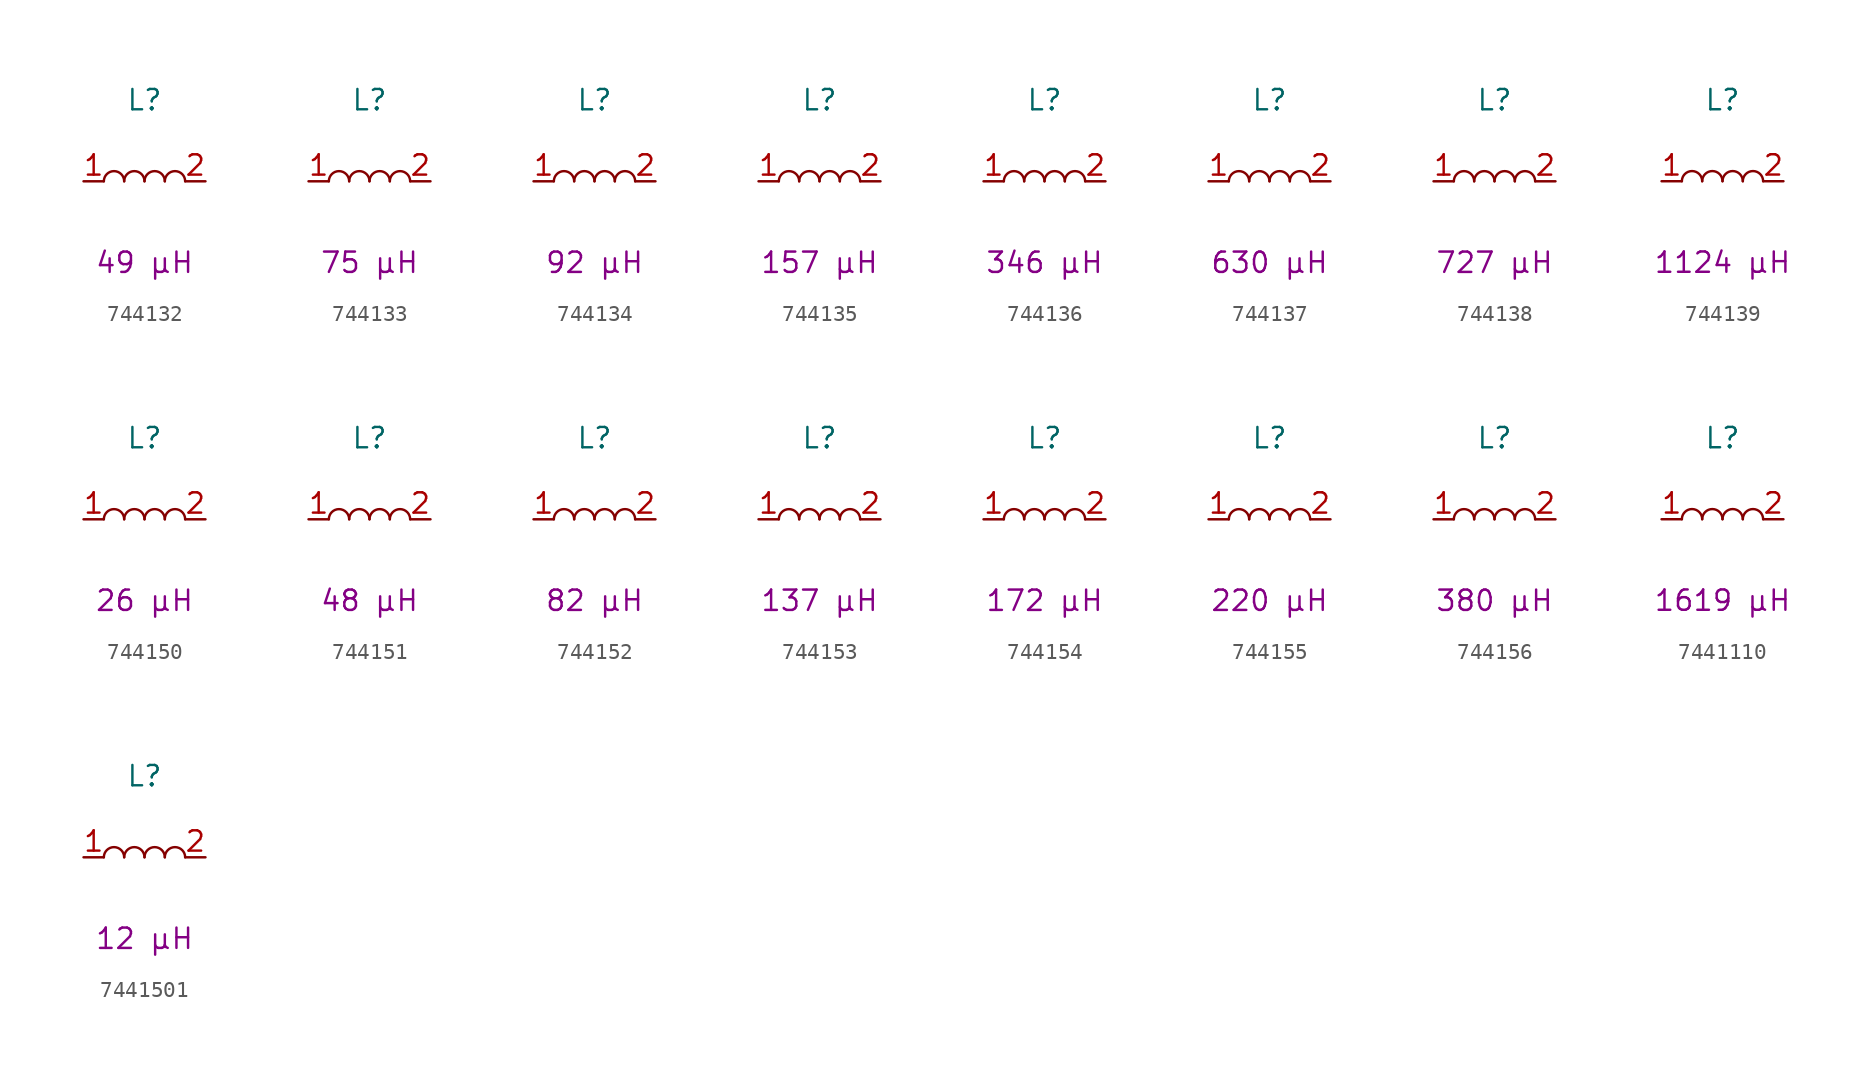
<source format=kicad_sym>
(kicad_symbol_lib
  (version 20220914)
  (generator kicad_symbol_editor)
  (symbol "744132"
    (pin_names hide)
    (property "Reference" "L"
      (at 0 5.08 0)
      (effects (font (size 1.27 1.27))))
    (property "Critical Parameter" "49 µH"
      (at 0 -5.08 0)
      (effects (font (size 1.27 1.27))))
    (symbol "744132_0_1"
      (arc (start -1.27 0) (mid -1.905 0.6323) (end -2.54 0) (stroke (width 0) (type default)) (fill (type none)))
      (arc (start 0 0) (mid -0.635 0.6323) (end -1.27 0) (stroke (width 0) (type default)) (fill (type none)))
      (arc (start 1.27 0) (mid 0.635 0.6323) (end 0 0) (stroke (width 0) (type default)) (fill (type none)))
      (arc (start 2.54 0) (mid 1.905 0.6323) (end 1.27 0) (stroke (width 0) (type default)) (fill (type none))))
    (symbol "744132_1_1"
      (pin passive line (at -3.81 0 0) (length 1.27) (name "1" (effects (font (size 1.27 1.27)))) (number "1" (effects (font (size 1.27 1.27)))))
      (pin passive line (at 3.81 0 180) (length 1.27) (name "2" (effects (font (size 1.27 1.27)))) (number "2" (effects (font (size 1.27 1.27)))))))
  (symbol "744133"
    (pin_names hide)
    (property "Reference" "L"
      (at 0 5.08 0)
      (effects (font (size 1.27 1.27))))
    (property "Critical Parameter" "75 µH"
      (at 0 -5.08 0)
      (effects (font (size 1.27 1.27))))
    (symbol "744133_0_1"
      (arc (start -1.27 0) (mid -1.905 0.6323) (end -2.54 0) (stroke (width 0) (type default)) (fill (type none)))
      (arc (start 0 0) (mid -0.635 0.6323) (end -1.27 0) (stroke (width 0) (type default)) (fill (type none)))
      (arc (start 1.27 0) (mid 0.635 0.6323) (end 0 0) (stroke (width 0) (type default)) (fill (type none)))
      (arc (start 2.54 0) (mid 1.905 0.6323) (end 1.27 0) (stroke (width 0) (type default)) (fill (type none))))
    (symbol "744133_1_1"
      (pin passive line (at -3.81 0 0) (length 1.27) (name "1" (effects (font (size 1.27 1.27)))) (number "1" (effects (font (size 1.27 1.27)))))
      (pin passive line (at 3.81 0 180) (length 1.27) (name "2" (effects (font (size 1.27 1.27)))) (number "2" (effects (font (size 1.27 1.27)))))))
  (symbol "744134"
    (pin_names hide)
    (property "Reference" "L"
      (at 0 5.08 0)
      (effects (font (size 1.27 1.27))))
    (property "Critical Parameter" "92 µH"
      (at 0 -5.08 0)
      (effects (font (size 1.27 1.27))))
    (symbol "744134_0_1"
      (arc (start -1.27 0) (mid -1.905 0.6323) (end -2.54 0) (stroke (width 0) (type default)) (fill (type none)))
      (arc (start 0 0) (mid -0.635 0.6323) (end -1.27 0) (stroke (width 0) (type default)) (fill (type none)))
      (arc (start 1.27 0) (mid 0.635 0.6323) (end 0 0) (stroke (width 0) (type default)) (fill (type none)))
      (arc (start 2.54 0) (mid 1.905 0.6323) (end 1.27 0) (stroke (width 0) (type default)) (fill (type none))))
    (symbol "744134_1_1"
      (pin passive line (at -3.81 0 0) (length 1.27) (name "1" (effects (font (size 1.27 1.27)))) (number "1" (effects (font (size 1.27 1.27)))))
      (pin passive line (at 3.81 0 180) (length 1.27) (name "2" (effects (font (size 1.27 1.27)))) (number "2" (effects (font (size 1.27 1.27)))))))
  (symbol "744135"
    (pin_names hide)
    (property "Reference" "L"
      (at 0 5.08 0)
      (effects (font (size 1.27 1.27))))
    (property "Critical Parameter" "157 µH"
      (at 0 -5.08 0)
      (effects (font (size 1.27 1.27))))
    (symbol "744135_0_1"
      (arc (start -1.27 0) (mid -1.905 0.6323) (end -2.54 0) (stroke (width 0) (type default)) (fill (type none)))
      (arc (start 0 0) (mid -0.635 0.6323) (end -1.27 0) (stroke (width 0) (type default)) (fill (type none)))
      (arc (start 1.27 0) (mid 0.635 0.6323) (end 0 0) (stroke (width 0) (type default)) (fill (type none)))
      (arc (start 2.54 0) (mid 1.905 0.6323) (end 1.27 0) (stroke (width 0) (type default)) (fill (type none))))
    (symbol "744135_1_1"
      (pin passive line (at -3.81 0 0) (length 1.27) (name "1" (effects (font (size 1.27 1.27)))) (number "1" (effects (font (size 1.27 1.27)))))
      (pin passive line (at 3.81 0 180) (length 1.27) (name "2" (effects (font (size 1.27 1.27)))) (number "2" (effects (font (size 1.27 1.27)))))))
  (symbol "744136"
    (pin_names hide)
    (property "Reference" "L"
      (at 0 5.08 0)
      (effects (font (size 1.27 1.27))))
    (property "Critical Parameter" "346 µH"
      (at 0 -5.08 0)
      (effects (font (size 1.27 1.27))))
    (symbol "744136_0_1"
      (arc (start -1.27 0) (mid -1.905 0.6323) (end -2.54 0) (stroke (width 0) (type default)) (fill (type none)))
      (arc (start 0 0) (mid -0.635 0.6323) (end -1.27 0) (stroke (width 0) (type default)) (fill (type none)))
      (arc (start 1.27 0) (mid 0.635 0.6323) (end 0 0) (stroke (width 0) (type default)) (fill (type none)))
      (arc (start 2.54 0) (mid 1.905 0.6323) (end 1.27 0) (stroke (width 0) (type default)) (fill (type none))))
    (symbol "744136_1_1"
      (pin passive line (at -3.81 0 0) (length 1.27) (name "1" (effects (font (size 1.27 1.27)))) (number "1" (effects (font (size 1.27 1.27)))))
      (pin passive line (at 3.81 0 180) (length 1.27) (name "2" (effects (font (size 1.27 1.27)))) (number "2" (effects (font (size 1.27 1.27)))))))
  (symbol "744137"
    (pin_names hide)
    (property "Reference" "L"
      (at 0 5.08 0)
      (effects (font (size 1.27 1.27))))
    (property "Critical Parameter" "630 µH"
      (at 0 -5.08 0)
      (effects (font (size 1.27 1.27))))
    (symbol "744137_0_1"
      (arc (start -1.27 0) (mid -1.905 0.6323) (end -2.54 0) (stroke (width 0) (type default)) (fill (type none)))
      (arc (start 0 0) (mid -0.635 0.6323) (end -1.27 0) (stroke (width 0) (type default)) (fill (type none)))
      (arc (start 1.27 0) (mid 0.635 0.6323) (end 0 0) (stroke (width 0) (type default)) (fill (type none)))
      (arc (start 2.54 0) (mid 1.905 0.6323) (end 1.27 0) (stroke (width 0) (type default)) (fill (type none))))
    (symbol "744137_1_1"
      (pin passive line (at -3.81 0 0) (length 1.27) (name "1" (effects (font (size 1.27 1.27)))) (number "1" (effects (font (size 1.27 1.27)))))
      (pin passive line (at 3.81 0 180) (length 1.27) (name "2" (effects (font (size 1.27 1.27)))) (number "2" (effects (font (size 1.27 1.27)))))))
  (symbol "744138"
    (pin_names hide)
    (property "Reference" "L"
      (at 0 5.08 0)
      (effects (font (size 1.27 1.27))))
    (property "Critical Parameter" "727 µH"
      (at 0 -5.08 0)
      (effects (font (size 1.27 1.27))))
    (symbol "744138_0_1"
      (arc (start -1.27 0) (mid -1.905 0.6323) (end -2.54 0) (stroke (width 0) (type default)) (fill (type none)))
      (arc (start 0 0) (mid -0.635 0.6323) (end -1.27 0) (stroke (width 0) (type default)) (fill (type none)))
      (arc (start 1.27 0) (mid 0.635 0.6323) (end 0 0) (stroke (width 0) (type default)) (fill (type none)))
      (arc (start 2.54 0) (mid 1.905 0.6323) (end 1.27 0) (stroke (width 0) (type default)) (fill (type none))))
    (symbol "744138_1_1"
      (pin passive line (at -3.81 0 0) (length 1.27) (name "1" (effects (font (size 1.27 1.27)))) (number "1" (effects (font (size 1.27 1.27)))))
      (pin passive line (at 3.81 0 180) (length 1.27) (name "2" (effects (font (size 1.27 1.27)))) (number "2" (effects (font (size 1.27 1.27)))))))
  (symbol "744139"
    (pin_names hide)
    (property "Reference" "L"
      (at 0 5.08 0)
      (effects (font (size 1.27 1.27))))
    (property "Critical Parameter" "1124 µH"
      (at 0 -5.08 0)
      (effects (font (size 1.27 1.27))))
    (symbol "744139_0_1"
      (arc (start -1.27 0) (mid -1.905 0.6323) (end -2.54 0) (stroke (width 0) (type default)) (fill (type none)))
      (arc (start 0 0) (mid -0.635 0.6323) (end -1.27 0) (stroke (width 0) (type default)) (fill (type none)))
      (arc (start 1.27 0) (mid 0.635 0.6323) (end 0 0) (stroke (width 0) (type default)) (fill (type none)))
      (arc (start 2.54 0) (mid 1.905 0.6323) (end 1.27 0) (stroke (width 0) (type default)) (fill (type none))))
    (symbol "744139_1_1"
      (pin passive line (at -3.81 0 0) (length 1.27) (name "1" (effects (font (size 1.27 1.27)))) (number "1" (effects (font (size 1.27 1.27)))))
      (pin passive line (at 3.81 0 180) (length 1.27) (name "2" (effects (font (size 1.27 1.27)))) (number "2" (effects (font (size 1.27 1.27)))))))
  (symbol "744150"
    (pin_names hide)
    (property "Reference" "L"
      (at 0 5.08 0)
      (effects (font (size 1.27 1.27))))
    (property "Critical Parameter" "26 µH"
      (at 0 -5.08 0)
      (effects (font (size 1.27 1.27))))
    (symbol "744150_0_1"
      (arc (start -1.27 0) (mid -1.905 0.6323) (end -2.54 0) (stroke (width 0) (type default)) (fill (type none)))
      (arc (start 0 0) (mid -0.635 0.6323) (end -1.27 0) (stroke (width 0) (type default)) (fill (type none)))
      (arc (start 1.27 0) (mid 0.635 0.6323) (end 0 0) (stroke (width 0) (type default)) (fill (type none)))
      (arc (start 2.54 0) (mid 1.905 0.6323) (end 1.27 0) (stroke (width 0) (type default)) (fill (type none))))
    (symbol "744150_1_1"
      (pin passive line (at -3.81 0 0) (length 1.27) (name "1" (effects (font (size 1.27 1.27)))) (number "1" (effects (font (size 1.27 1.27)))))
      (pin passive line (at 3.81 0 180) (length 1.27) (name "2" (effects (font (size 1.27 1.27)))) (number "2" (effects (font (size 1.27 1.27)))))))
  (symbol "744151"
    (pin_names hide)
    (property "Reference" "L"
      (at 0 5.08 0)
      (effects (font (size 1.27 1.27))))
    (property "Critical Parameter" "48 µH"
      (at 0 -5.08 0)
      (effects (font (size 1.27 1.27))))
    (symbol "744151_0_1"
      (arc (start -1.27 0) (mid -1.905 0.6323) (end -2.54 0) (stroke (width 0) (type default)) (fill (type none)))
      (arc (start 0 0) (mid -0.635 0.6323) (end -1.27 0) (stroke (width 0) (type default)) (fill (type none)))
      (arc (start 1.27 0) (mid 0.635 0.6323) (end 0 0) (stroke (width 0) (type default)) (fill (type none)))
      (arc (start 2.54 0) (mid 1.905 0.6323) (end 1.27 0) (stroke (width 0) (type default)) (fill (type none))))
    (symbol "744151_1_1"
      (pin passive line (at -3.81 0 0) (length 1.27) (name "1" (effects (font (size 1.27 1.27)))) (number "1" (effects (font (size 1.27 1.27)))))
      (pin passive line (at 3.81 0 180) (length 1.27) (name "2" (effects (font (size 1.27 1.27)))) (number "2" (effects (font (size 1.27 1.27)))))))
  (symbol "744152"
    (pin_names hide)
    (property "Reference" "L"
      (at 0 5.08 0)
      (effects (font (size 1.27 1.27))))
    (property "Critical Parameter" "82 µH"
      (at 0 -5.08 0)
      (effects (font (size 1.27 1.27))))
    (symbol "744152_0_1"
      (arc (start -1.27 0) (mid -1.905 0.6323) (end -2.54 0) (stroke (width 0) (type default)) (fill (type none)))
      (arc (start 0 0) (mid -0.635 0.6323) (end -1.27 0) (stroke (width 0) (type default)) (fill (type none)))
      (arc (start 1.27 0) (mid 0.635 0.6323) (end 0 0) (stroke (width 0) (type default)) (fill (type none)))
      (arc (start 2.54 0) (mid 1.905 0.6323) (end 1.27 0) (stroke (width 0) (type default)) (fill (type none))))
    (symbol "744152_1_1"
      (pin passive line (at -3.81 0 0) (length 1.27) (name "1" (effects (font (size 1.27 1.27)))) (number "1" (effects (font (size 1.27 1.27)))))
      (pin passive line (at 3.81 0 180) (length 1.27) (name "2" (effects (font (size 1.27 1.27)))) (number "2" (effects (font (size 1.27 1.27)))))))
  (symbol "744153"
    (pin_names hide)
    (property "Reference" "L"
      (at 0 5.08 0)
      (effects (font (size 1.27 1.27))))
    (property "Critical Parameter" "137 µH"
      (at 0 -5.08 0)
      (effects (font (size 1.27 1.27))))
    (symbol "744153_0_1"
      (arc (start -1.27 0) (mid -1.905 0.6323) (end -2.54 0) (stroke (width 0) (type default)) (fill (type none)))
      (arc (start 0 0) (mid -0.635 0.6323) (end -1.27 0) (stroke (width 0) (type default)) (fill (type none)))
      (arc (start 1.27 0) (mid 0.635 0.6323) (end 0 0) (stroke (width 0) (type default)) (fill (type none)))
      (arc (start 2.54 0) (mid 1.905 0.6323) (end 1.27 0) (stroke (width 0) (type default)) (fill (type none))))
    (symbol "744153_1_1"
      (pin passive line (at -3.81 0 0) (length 1.27) (name "1" (effects (font (size 1.27 1.27)))) (number "1" (effects (font (size 1.27 1.27)))))
      (pin passive line (at 3.81 0 180) (length 1.27) (name "2" (effects (font (size 1.27 1.27)))) (number "2" (effects (font (size 1.27 1.27)))))))
  (symbol "744154"
    (pin_names hide)
    (property "Reference" "L"
      (at 0 5.08 0)
      (effects (font (size 1.27 1.27))))
    (property "Critical Parameter" "172 µH"
      (at 0 -5.08 0)
      (effects (font (size 1.27 1.27))))
    (symbol "744154_0_1"
      (arc (start -1.27 0) (mid -1.905 0.6323) (end -2.54 0) (stroke (width 0) (type default)) (fill (type none)))
      (arc (start 0 0) (mid -0.635 0.6323) (end -1.27 0) (stroke (width 0) (type default)) (fill (type none)))
      (arc (start 1.27 0) (mid 0.635 0.6323) (end 0 0) (stroke (width 0) (type default)) (fill (type none)))
      (arc (start 2.54 0) (mid 1.905 0.6323) (end 1.27 0) (stroke (width 0) (type default)) (fill (type none))))
    (symbol "744154_1_1"
      (pin passive line (at -3.81 0 0) (length 1.27) (name "1" (effects (font (size 1.27 1.27)))) (number "1" (effects (font (size 1.27 1.27)))))
      (pin passive line (at 3.81 0 180) (length 1.27) (name "2" (effects (font (size 1.27 1.27)))) (number "2" (effects (font (size 1.27 1.27)))))))
  (symbol "744155"
    (pin_names hide)
    (property "Reference" "L"
      (at 0 5.08 0)
      (effects (font (size 1.27 1.27))))
    (property "Critical Parameter" "220 µH"
      (at 0 -5.08 0)
      (effects (font (size 1.27 1.27))))
    (symbol "744155_0_1"
      (arc (start -1.27 0) (mid -1.905 0.6323) (end -2.54 0) (stroke (width 0) (type default)) (fill (type none)))
      (arc (start 0 0) (mid -0.635 0.6323) (end -1.27 0) (stroke (width 0) (type default)) (fill (type none)))
      (arc (start 1.27 0) (mid 0.635 0.6323) (end 0 0) (stroke (width 0) (type default)) (fill (type none)))
      (arc (start 2.54 0) (mid 1.905 0.6323) (end 1.27 0) (stroke (width 0) (type default)) (fill (type none))))
    (symbol "744155_1_1"
      (pin passive line (at -3.81 0 0) (length 1.27) (name "1" (effects (font (size 1.27 1.27)))) (number "1" (effects (font (size 1.27 1.27)))))
      (pin passive line (at 3.81 0 180) (length 1.27) (name "2" (effects (font (size 1.27 1.27)))) (number "2" (effects (font (size 1.27 1.27)))))))
  (symbol "744156"
    (pin_names hide)
    (property "Reference" "L"
      (at 0 5.08 0)
      (effects (font (size 1.27 1.27))))
    (property "Critical Parameter" "380 µH"
      (at 0 -5.08 0)
      (effects (font (size 1.27 1.27))))
    (symbol "744156_0_1"
      (arc (start -1.27 0) (mid -1.905 0.6323) (end -2.54 0) (stroke (width 0) (type default)) (fill (type none)))
      (arc (start 0 0) (mid -0.635 0.6323) (end -1.27 0) (stroke (width 0) (type default)) (fill (type none)))
      (arc (start 1.27 0) (mid 0.635 0.6323) (end 0 0) (stroke (width 0) (type default)) (fill (type none)))
      (arc (start 2.54 0) (mid 1.905 0.6323) (end 1.27 0) (stroke (width 0) (type default)) (fill (type none))))
    (symbol "744156_1_1"
      (pin passive line (at -3.81 0 0) (length 1.27) (name "1" (effects (font (size 1.27 1.27)))) (number "1" (effects (font (size 1.27 1.27)))))
      (pin passive line (at 3.81 0 180) (length 1.27) (name "2" (effects (font (size 1.27 1.27)))) (number "2" (effects (font (size 1.27 1.27)))))))
  (symbol "7441110"
    (pin_names hide)
    (property "Reference" "L"
      (at 0 5.08 0)
      (effects (font (size 1.27 1.27))))
    (property "Critical Parameter" "1619 µH"
      (at 0 -5.08 0)
      (effects (font (size 1.27 1.27))))
    (symbol "7441110_0_1"
      (arc (start -1.27 0) (mid -1.905 0.6323) (end -2.54 0) (stroke (width 0) (type default)) (fill (type none)))
      (arc (start 0 0) (mid -0.635 0.6323) (end -1.27 0) (stroke (width 0) (type default)) (fill (type none)))
      (arc (start 1.27 0) (mid 0.635 0.6323) (end 0 0) (stroke (width 0) (type default)) (fill (type none)))
      (arc (start 2.54 0) (mid 1.905 0.6323) (end 1.27 0) (stroke (width 0) (type default)) (fill (type none))))
    (symbol "7441110_1_1"
      (pin passive line (at -3.81 0 0) (length 1.27) (name "1" (effects (font (size 1.27 1.27)))) (number "1" (effects (font (size 1.27 1.27)))))
      (pin passive line (at 3.81 0 180) (length 1.27) (name "2" (effects (font (size 1.27 1.27)))) (number "2" (effects (font (size 1.27 1.27)))))))
  (symbol "7441501"
    (pin_names hide)
    (property "Reference" "L"
      (at 0 5.08 0)
      (effects (font (size 1.27 1.27))))
    (property "Critical Parameter" "12 µH"
      (at 0 -5.08 0)
      (effects (font (size 1.27 1.27))))
    (symbol "7441501_0_1"
      (arc (start -1.27 0) (mid -1.905 0.6323) (end -2.54 0) (stroke (width 0) (type default)) (fill (type none)))
      (arc (start 0 0) (mid -0.635 0.6323) (end -1.27 0) (stroke (width 0) (type default)) (fill (type none)))
      (arc (start 1.27 0) (mid 0.635 0.6323) (end 0 0) (stroke (width 0) (type default)) (fill (type none)))
      (arc (start 2.54 0) (mid 1.905 0.6323) (end 1.27 0) (stroke (width 0) (type default)) (fill (type none))))
    (symbol "7441501_1_1"
      (pin passive line (at -3.81 0 0) (length 1.27) (name "1" (effects (font (size 1.27 1.27)))) (number "1" (effects (font (size 1.27 1.27)))))
      (pin passive line (at 3.81 0 180) (length 1.27) (name "2" (effects (font (size 1.27 1.27)))) (number "2" (effects (font (size 1.27 1.27))))))))
</source>
